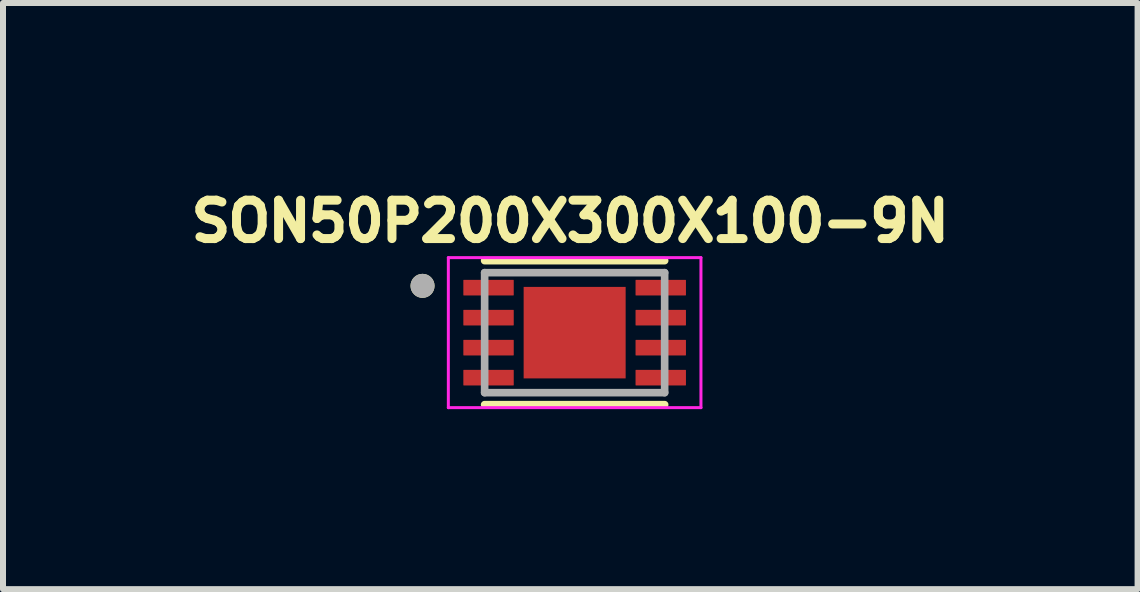
<source format=kicad_pcb>
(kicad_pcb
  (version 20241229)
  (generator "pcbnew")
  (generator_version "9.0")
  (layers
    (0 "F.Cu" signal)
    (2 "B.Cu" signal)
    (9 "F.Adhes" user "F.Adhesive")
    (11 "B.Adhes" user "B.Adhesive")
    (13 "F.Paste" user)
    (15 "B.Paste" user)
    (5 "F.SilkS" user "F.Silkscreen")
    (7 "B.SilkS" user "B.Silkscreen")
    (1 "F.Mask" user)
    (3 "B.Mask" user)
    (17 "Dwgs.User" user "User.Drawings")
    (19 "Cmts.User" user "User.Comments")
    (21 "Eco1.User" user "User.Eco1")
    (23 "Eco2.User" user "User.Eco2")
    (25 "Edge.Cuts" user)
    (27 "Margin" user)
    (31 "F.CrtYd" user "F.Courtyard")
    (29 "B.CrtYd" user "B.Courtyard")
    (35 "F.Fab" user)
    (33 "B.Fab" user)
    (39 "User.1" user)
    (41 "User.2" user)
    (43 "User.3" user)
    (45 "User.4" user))
  (footprint "SON50P200X300X100-9N"
    (layer "F.Cu")
    (at 6.527 2.494)
    (property "Reference" "SON50P200X300X100-9N" (at -0.073 -1.856 0) (layer "F.SilkS") (effects (font (size 0.64 0.64) (thickness 0.15))))
    (attr through_hole)
    (fp_line (start -1.5 -1.2) (end 1.5 -1.2) (stroke (width 0.127) (type solid)) (layer "F.SilkS"))
    (fp_line (start -1.5 1.2) (end 1.5 1.2) (stroke (width 0.127) (type solid)) (layer "F.SilkS"))
    (fp_circle (center -2.535 -0.78) (end -2.435 -0.78) (stroke (width 0.2) (type solid)) (fill no) (layer "F.SilkS"))
    (fp_poly (pts (xy -0.538 -0.482) (xy 0.538 -0.482) (xy 0.538 0.482) (xy -0.538 0.482)) (stroke (width 0.01) (type solid)) (fill yes) (layer "F.Paste"))
    (fp_line (start -2.105 -1.25) (end -2.105 1.25) (stroke (width 0.05) (type solid)) (layer "F.CrtYd"))
    (fp_line (start -2.105 1.25) (end 2.105 1.25) (stroke (width 0.05) (type solid)) (layer "F.CrtYd"))
    (fp_line (start 2.105 -1.25) (end -2.105 -1.25) (stroke (width 0.05) (type solid)) (layer "F.CrtYd"))
    (fp_line (start 2.105 1.25) (end 2.105 -1.25) (stroke (width 0.05) (type solid)) (layer "F.CrtYd"))
    (fp_line (start -1.5 -1) (end -1.5 1) (stroke (width 0.127) (type solid)) (layer "F.Fab"))
    (fp_line (start -1.5 -1) (end 1.5 -1) (stroke (width 0.127) (type solid)) (layer "F.Fab"))
    (fp_line (start -1.5 1) (end 1.5 1) (stroke (width 0.127) (type solid)) (layer "F.Fab"))
    (fp_line (start 1.5 -1) (end 1.5 1) (stroke (width 0.127) (type solid)) (layer "F.Fab"))
    (fp_circle (center -2.535 -0.78) (end -2.435 -0.78) (stroke (width 0.2) (type solid)) (fill no) (layer "F.Fab"))
    (pad "1" smd roundrect (at -1.435 -0.75) (size 0.84 0.26) (layers "F.Cu" "F.Mask" "F.Paste") (roundrect_rratio 0.03))
    (pad "2" smd roundrect (at -1.435 -0.25) (size 0.84 0.26) (layers "F.Cu" "F.Mask" "F.Paste") (roundrect_rratio 0.03))
    (pad "3" smd roundrect (at -1.435 0.25) (size 0.84 0.26) (layers "F.Cu" "F.Mask" "F.Paste") (roundrect_rratio 0.03))
    (pad "4" smd roundrect (at -1.435 0.75) (size 0.84 0.26) (layers "F.Cu" "F.Mask" "F.Paste") (roundrect_rratio 0.03))
    (pad "5" smd roundrect (at 1.435 0.75) (size 0.84 0.26) (layers "F.Cu" "F.Mask" "F.Paste") (roundrect_rratio 0.03))
    (pad "6" smd roundrect (at 1.435 0.25) (size 0.84 0.26) (layers "F.Cu" "F.Mask" "F.Paste") (roundrect_rratio 0.03))
    (pad "7" smd roundrect (at 1.435 -0.25) (size 0.84 0.26) (layers "F.Cu" "F.Mask" "F.Paste") (roundrect_rratio 0.03))
    (pad "8" smd roundrect (at 1.435 -0.75) (size 0.84 0.26) (layers "F.Cu" "F.Mask" "F.Paste") (roundrect_rratio 0.03))
    (pad "9" smd rect (at 0 0) (size 1.7 1.525) (layers "F.Cu" "F.Mask")))
  (gr_rect
    (start -3 -3)
    (end 15.909 6.769)
    (stroke (width 0.1) (type default))
    (fill no)
    (layer "Edge.Cuts")))
</source>
